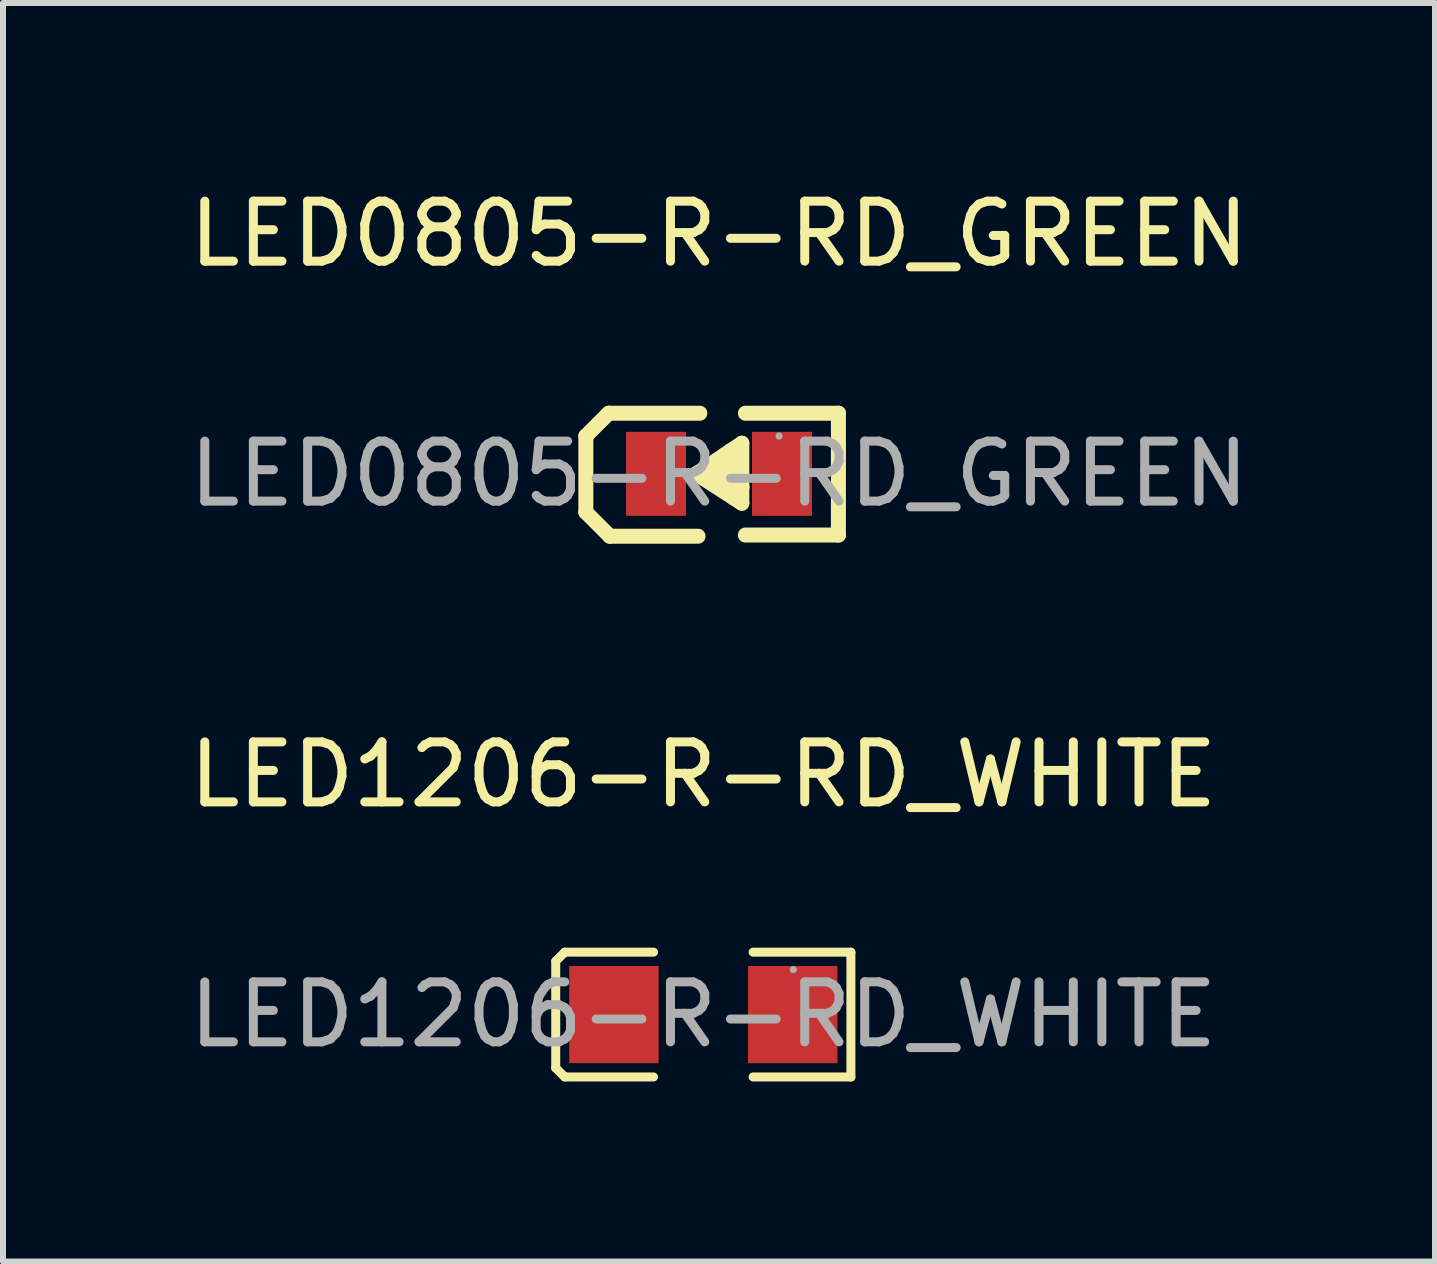
<source format=kicad_pcb>
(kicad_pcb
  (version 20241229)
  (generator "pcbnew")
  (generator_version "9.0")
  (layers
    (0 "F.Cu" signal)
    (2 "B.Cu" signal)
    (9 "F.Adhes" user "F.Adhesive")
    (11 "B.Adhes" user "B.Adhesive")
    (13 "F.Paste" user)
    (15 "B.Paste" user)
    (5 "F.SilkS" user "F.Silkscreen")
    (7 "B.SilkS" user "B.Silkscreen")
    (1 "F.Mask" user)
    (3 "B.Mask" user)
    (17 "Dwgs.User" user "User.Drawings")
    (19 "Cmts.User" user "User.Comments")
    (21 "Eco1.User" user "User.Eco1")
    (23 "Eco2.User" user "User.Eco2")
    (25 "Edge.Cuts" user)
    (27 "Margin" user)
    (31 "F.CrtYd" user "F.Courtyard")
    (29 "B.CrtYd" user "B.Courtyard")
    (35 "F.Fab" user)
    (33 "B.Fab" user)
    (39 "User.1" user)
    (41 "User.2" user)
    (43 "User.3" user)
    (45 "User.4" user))
  (footprint "LED0805-R-RD_GREEN"
    (layer "F.Cu")
    (at 8.935 4.848)
    (property "Reference" "LED0805-R-RD_GREEN" (at 0 -4 0) (layer "F.SilkS") (effects (font (size 1 1) (thickness 0.15))))
    (attr smd)
    (fp_line (start -2.22 -0.63) (end -1.84 -1.01) (stroke (width 0.25) (type solid)) (layer "F.SilkS"))
    (fp_line (start -2.22 0.64) (end -2.22 -0.63) (stroke (width 0.25) (type solid)) (layer "F.SilkS"))
    (fp_line (start -1.84 -1.01) (end -0.32 -1.01) (stroke (width 0.25) (type solid)) (layer "F.SilkS"))
    (fp_line (start -1.82 1.04) (end -2.22 0.64) (stroke (width 0.25) (type solid)) (layer "F.SilkS"))
    (fp_line (start -0.35 1.04) (end -1.82 1.04) (stroke (width 0.25) (type solid)) (layer "F.SilkS"))
    (fp_line (start 0.1 -0.32) (end 0.13 0.13) (stroke (width 0.25) (type solid)) (layer "F.SilkS"))
    (fp_line (start 0.13 0) (end -0.38 0) (stroke (width 0.25) (type solid)) (layer "F.SilkS"))
    (fp_line (start 0.13 0.13) (end 0.18 -0.38) (stroke (width 0.25) (type solid)) (layer "F.SilkS"))
    (fp_line (start 0.13 0.13) (end 0.38 0.22) (stroke (width 0.25) (type solid)) (layer "F.SilkS"))
    (fp_line (start 0.24 0.4) (end 0.38 0.22) (stroke (width 0.25) (type solid)) (layer "F.SilkS"))
    (fp_line (start 0.38 -0.51) (end -0.38 0) (stroke (width 0.25) (type solid)) (layer "F.SilkS"))
    (fp_line (start 0.38 -0.51) (end 0.38 0.49) (stroke (width 0.25) (type solid)) (layer "F.SilkS"))
    (fp_line (start 0.38 0.49) (end -0.38 0) (stroke (width 0.25) (type solid)) (layer "F.SilkS"))
    (fp_line (start 0.44 1.02) (end 1.99 1.02) (stroke (width 0.25) (type solid)) (layer "F.SilkS"))
    (fp_line (start 1.99 -1.01) (end 0.44 -1.01) (stroke (width 0.25) (type solid)) (layer "F.SilkS"))
    (fp_line (start 1.99 1.02) (end 1.99 -1.01) (stroke (width 0.25) (type solid)) (layer "F.SilkS"))
    (fp_circle (center 1 -0.63) (end 1.03 -0.63) (stroke (width 0.06) (type solid)) (fill no) (layer "F.Fab"))
    (fp_text user "${REFERENCE}" (at 0 0 0) (layer "F.Fab") (effects (font (size 1 1) (thickness 0.15))))
    (pad "1" smd rect (at 1.05 0 180) (size 1 1.4) (layers "F.Cu" "F.Mask" "F.Paste"))
    (pad "2" smd rect (at -1.05 0 180) (size 1 1.4) (layers "F.Cu" "F.Mask" "F.Paste")))
  (footprint "LED1206-R-RD_WHITE"
    (layer "F.Cu")
    (at 8.673 13.861)
    (property "Reference" "LED1206-R-RD_WHITE" (at 0 -4 0) (layer "F.SilkS") (effects (font (size 1 1) (thickness 0.15))))
    (attr smd)
    (fp_line (start -2.46 -0.89) (end -2.31 -1.04) (stroke (width 0.15) (type solid)) (layer "F.SilkS"))
    (fp_line (start -2.46 0.89) (end -2.46 -0.89) (stroke (width 0.15) (type solid)) (layer "F.SilkS"))
    (fp_line (start -2.31 -1.04) (end -0.83 -1.04) (stroke (width 0.15) (type solid)) (layer "F.SilkS"))
    (fp_line (start -2.31 1.04) (end -2.46 0.89) (stroke (width 0.15) (type solid)) (layer "F.SilkS"))
    (fp_line (start -0.83 1.04) (end -2.31 1.04) (stroke (width 0.15) (type solid)) (layer "F.SilkS"))
    (fp_line (start 0.83 1.04) (end 2.46 1.04) (stroke (width 0.15) (type solid)) (layer "F.SilkS"))
    (fp_line (start 2.46 -1.04) (end 0.83 -1.04) (stroke (width 0.15) (type solid)) (layer "F.SilkS"))
    (fp_line (start 2.46 1.04) (end 2.46 -1.04) (stroke (width 0.15) (type solid)) (layer "F.SilkS"))
    (fp_circle (center 1.5 -0.75) (end 1.53 -0.75) (stroke (width 0.06) (type solid)) (fill no) (layer "F.Fab"))
    (fp_text user "${REFERENCE}" (at 0 0 0) (layer "F.Fab") (effects (font (size 1 1) (thickness 0.15))))
    (pad "1" smd rect (at 1.49 0) (size 1.49 1.62) (layers "F.Cu" "F.Mask" "F.Paste"))
    (pad "2" smd rect (at -1.49 0) (size 1.49 1.62) (layers "F.Cu" "F.Mask" "F.Paste")))
  (gr_rect
    (start -3 -3)
    (end 20.869 17.977)
    (stroke (width 0.1) (type default))
    (fill no)
    (layer "Edge.Cuts")))
</source>
